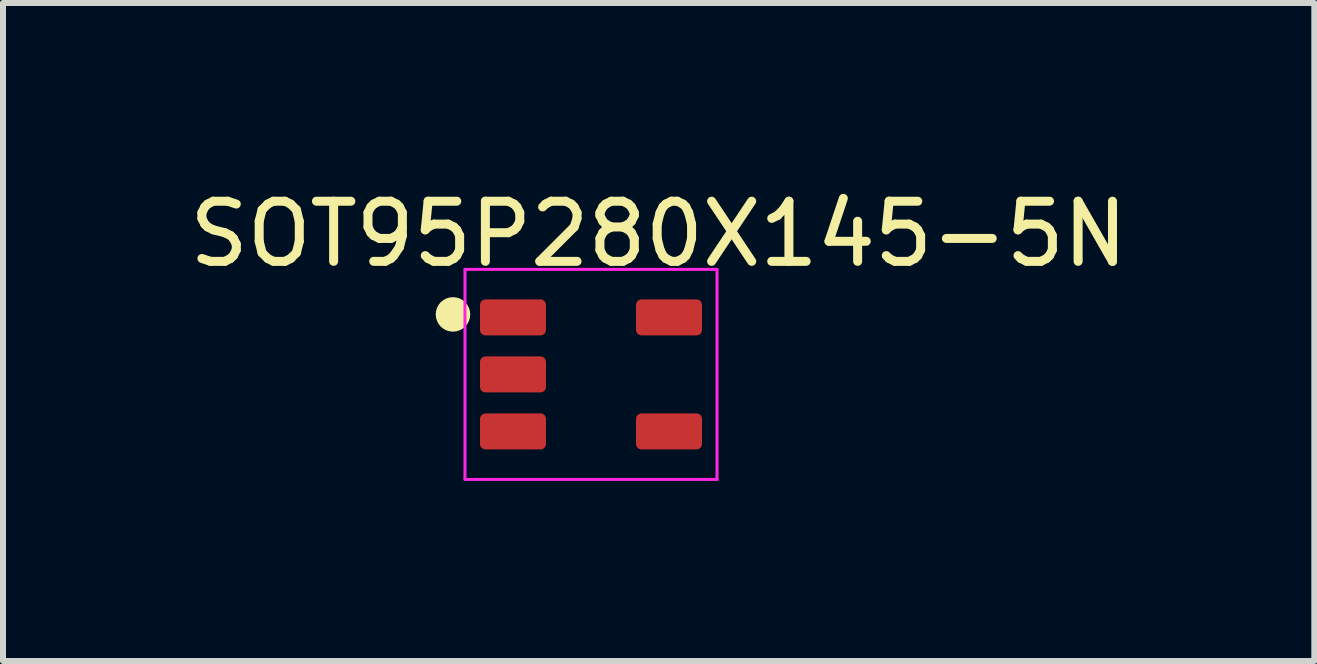
<source format=kicad_pcb>
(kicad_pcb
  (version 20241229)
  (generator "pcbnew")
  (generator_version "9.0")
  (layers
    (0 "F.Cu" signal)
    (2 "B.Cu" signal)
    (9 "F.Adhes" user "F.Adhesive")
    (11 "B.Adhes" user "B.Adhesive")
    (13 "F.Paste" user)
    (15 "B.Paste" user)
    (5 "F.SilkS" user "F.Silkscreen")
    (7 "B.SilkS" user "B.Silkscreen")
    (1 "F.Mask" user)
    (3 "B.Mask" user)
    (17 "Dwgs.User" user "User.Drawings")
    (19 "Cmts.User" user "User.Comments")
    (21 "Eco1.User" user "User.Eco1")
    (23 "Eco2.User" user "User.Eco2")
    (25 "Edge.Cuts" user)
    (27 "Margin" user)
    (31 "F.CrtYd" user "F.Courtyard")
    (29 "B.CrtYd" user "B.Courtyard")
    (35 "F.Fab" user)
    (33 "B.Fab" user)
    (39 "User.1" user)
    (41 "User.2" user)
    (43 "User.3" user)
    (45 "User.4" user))
  (footprint "SOT95P280X145-5N"
    (layer "F.Cu")
    (at 6.798 3.189)
    (property "Reference" "SOT95P280X145-5N" (at 1.127 -2.34 0) (layer "F.SilkS") (effects (font (size 1.002 1.002) (thickness 0.15))))
    (attr smd)
    (fp_circle (center -2.4 -1) (end -2.3 -1) (stroke (width 0.127) (type solid)) (fill no) (layer "F.SilkS"))
    (fp_circle (center -2.3 -1) (end -2.2 -1) (stroke (width 0.127) (type solid)) (fill no) (layer "F.SilkS"))
    (fp_circle (center -2.3 -1) (end -2.159 -1) (stroke (width 0.127) (type solid)) (fill no) (layer "F.SilkS"))
    (fp_circle (center -2.3 -1) (end -2.076 -1) (stroke (width 0.127) (type solid)) (fill no) (layer "F.SilkS"))
    (fp_line (start -2.1 -1.75) (end 2.1 -1.75) (stroke (width 0.05) (type solid)) (layer "F.CrtYd"))
    (fp_line (start -2.1 1.75) (end -2.1 -1.75) (stroke (width 0.05) (type solid)) (layer "F.CrtYd"))
    (fp_line (start 2.1 -1.75) (end 2.1 1.75) (stroke (width 0.05) (type solid)) (layer "F.CrtYd"))
    (fp_line (start 2.1 1.75) (end -2.1 1.75) (stroke (width 0.05) (type solid)) (layer "F.CrtYd"))
    (pad "1" smd roundrect (at -1.3 -0.95) (size 1.1 0.6) (layers "F.Cu" "F.Mask" "F.Paste") (roundrect_rratio 0.15))
    (pad "2" smd roundrect (at -1.3 0) (size 1.1 0.6) (layers "F.Cu" "F.Mask" "F.Paste") (roundrect_rratio 0.15))
    (pad "3" smd roundrect (at -1.3 0.95) (size 1.1 0.6) (layers "F.Cu" "F.Mask" "F.Paste") (roundrect_rratio 0.15))
    (pad "4" smd roundrect (at 1.3 0.95 180) (size 1.1 0.6) (layers "F.Cu" "F.Mask" "F.Paste") (roundrect_rratio 0.15))
    (pad "5" smd roundrect (at 1.3 -0.95 180) (size 1.1 0.6) (layers "F.Cu" "F.Mask" "F.Paste") (roundrect_rratio 0.15)))
  (gr_rect
    (start -3 -3)
    (end 18.851 7.964)
    (stroke (width 0.1) (type default))
    (fill no)
    (layer "Edge.Cuts")))
</source>
